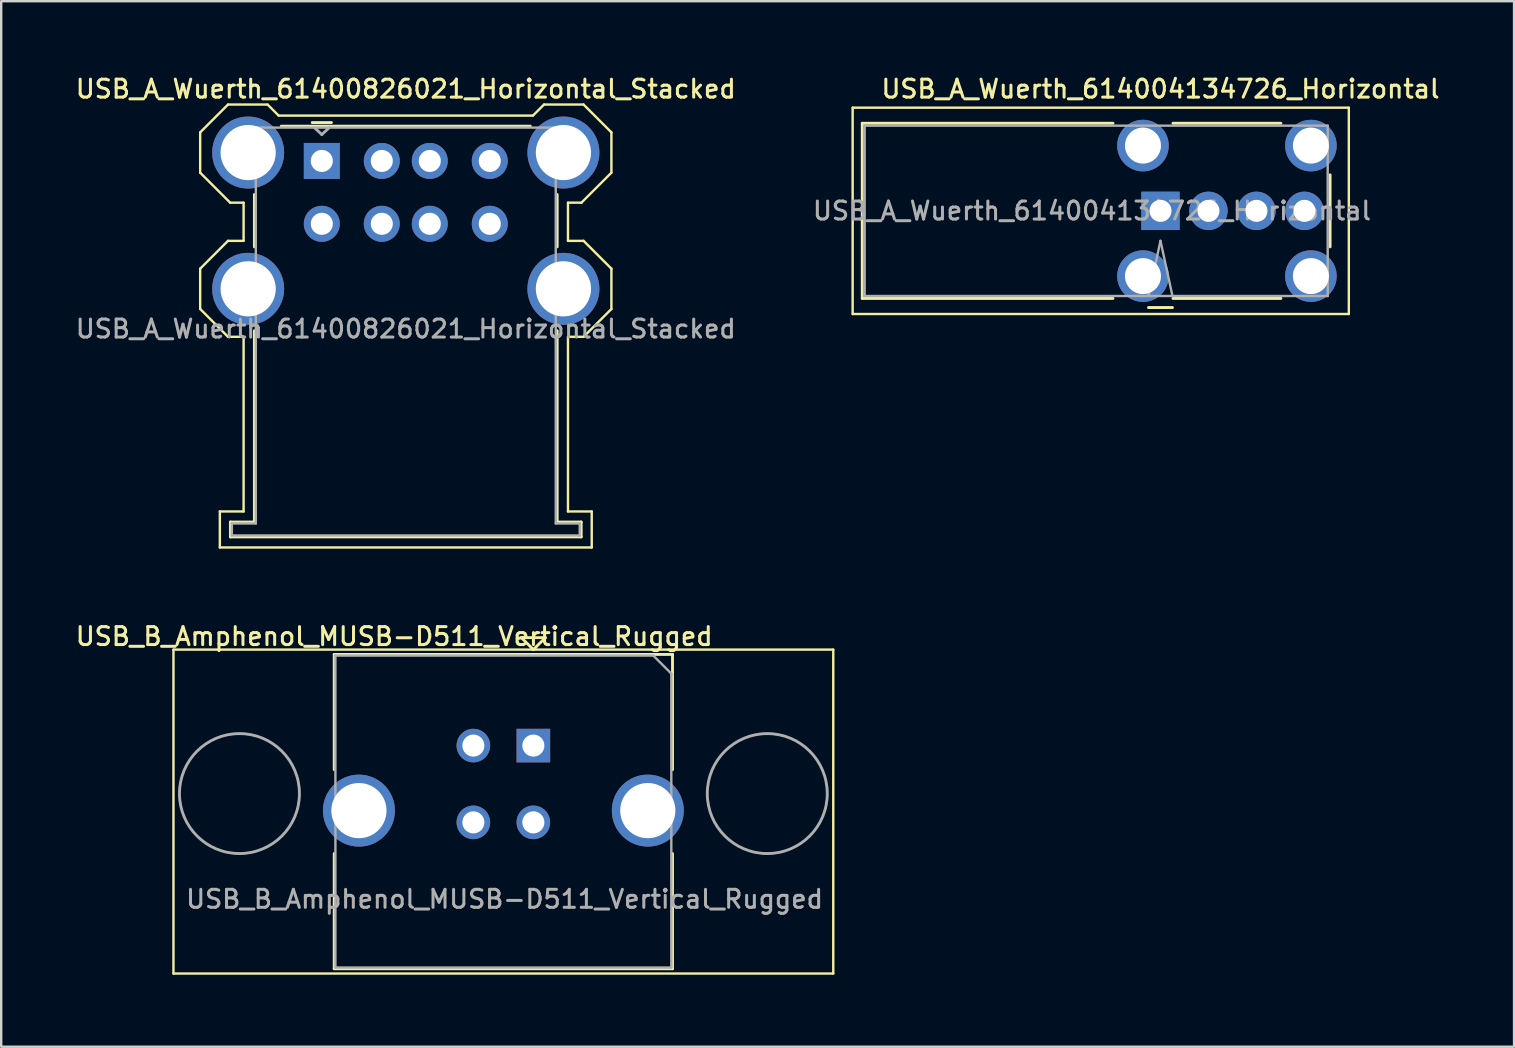
<source format=kicad_pcb>
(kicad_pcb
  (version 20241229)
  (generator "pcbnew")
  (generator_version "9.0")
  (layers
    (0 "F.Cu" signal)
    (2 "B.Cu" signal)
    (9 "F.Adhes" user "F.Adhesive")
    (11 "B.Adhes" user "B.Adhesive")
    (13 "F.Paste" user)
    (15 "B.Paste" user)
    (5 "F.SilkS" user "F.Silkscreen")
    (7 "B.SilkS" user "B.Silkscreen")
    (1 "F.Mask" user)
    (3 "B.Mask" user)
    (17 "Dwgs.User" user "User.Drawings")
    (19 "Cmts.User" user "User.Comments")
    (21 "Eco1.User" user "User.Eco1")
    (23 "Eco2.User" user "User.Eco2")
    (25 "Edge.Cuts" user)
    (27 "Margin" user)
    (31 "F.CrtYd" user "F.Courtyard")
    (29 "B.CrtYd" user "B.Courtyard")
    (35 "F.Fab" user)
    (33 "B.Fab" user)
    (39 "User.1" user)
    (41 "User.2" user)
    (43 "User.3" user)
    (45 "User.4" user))
  (footprint "USB_A_Wuerth_614004134726_Horizontal"
    (layer "F.Cu")
    (at 45.318 5.738)
    (property "Reference" "USB_A_Wuerth_614004134726_Horizontal" (at 0 -5.08 0) (layer "F.SilkS") (effects (font (size 0.75 0.75) (thickness 0.125))))
    (attr through_hole)
    (fp_line (start -12.83 -4.3) (end 7.85 -4.3) (stroke (width 0.1) (type solid)) (layer "F.SilkS"))
    (fp_line (start -12.83 4.3) (end -12.83 -4.3) (stroke (width 0.1) (type solid)) (layer "F.SilkS"))
    (fp_line (start -12.43 -3.65) (end -12.43 3.65) (stroke (width 0.12) (type solid)) (layer "F.SilkS"))
    (fp_line (start -12.43 -3.65) (end -1.98 -3.65) (stroke (width 0.12) (type solid)) (layer "F.SilkS"))
    (fp_line (start -12.43 3.65) (end -1.98 3.65) (stroke (width 0.12) (type solid)) (layer "F.SilkS"))
    (fp_line (start -0.5 4.03) (end 0.5 4.03) (stroke (width 0.12) (type solid)) (layer "F.SilkS"))
    (fp_line (start 0.52 -3.65) (end 5.02 -3.65) (stroke (width 0.12) (type solid)) (layer "F.SilkS"))
    (fp_line (start 0.52 3.65) (end 5.02 3.65) (stroke (width 0.12) (type solid)) (layer "F.SilkS"))
    (fp_line (start 7.07 -1.5) (end 7.07 1.5) (stroke (width 0.12) (type solid)) (layer "F.SilkS"))
    (fp_line (start 7.85 -4.3) (end 7.85 4.3) (stroke (width 0.1) (type solid)) (layer "F.SilkS"))
    (fp_line (start 7.85 4.3) (end -12.83 4.3) (stroke (width 0.1) (type solid)) (layer "F.SilkS"))
    (fp_line (start -12.33 -3.55) (end 6.97 -3.55) (stroke (width 0.1) (type solid)) (layer "F.Fab"))
    (fp_line (start -12.33 3.55) (end -12.33 -3.55) (stroke (width 0.1) (type solid)) (layer "F.Fab"))
    (fp_line (start -0.5 3.55) (end 0 1.25) (stroke (width 0.1) (type solid)) (layer "F.Fab"))
    (fp_line (start 0 1.25) (end 0.5 3.55) (stroke (width 0.1) (type solid)) (layer "F.Fab"))
    (fp_line (start 6.97 -3.55) (end 6.97 3.55) (stroke (width 0.1) (type solid)) (layer "F.Fab"))
    (fp_line (start 6.97 3.55) (end -12.33 3.55) (stroke (width 0.1) (type solid)) (layer "F.Fab"))
    (fp_text user "${REFERENCE}" (at -2.855 0 0) (layer "F.Fab") (effects (font (size 0.75 0.75) (thickness 0.125))))
    (pad "1" thru_hole rect (at 0 0) (size 1.6 1.6) (drill 0.92) (layers "*.Cu" "*.Mask"))
    (pad "2" thru_hole circle (at 2 0) (size 1.6 1.6) (drill 0.92) (layers "*.Cu" "*.Mask"))
    (pad "3" thru_hole circle (at 4 0) (size 1.6 1.6) (drill 0.92) (layers "*.Cu" "*.Mask"))
    (pad "4" thru_hole circle (at 6 0) (size 1.6 1.6) (drill 0.92) (layers "*.Cu" "*.Mask"))
    (pad "5" thru_hole circle (at -0.73 -2.72) (size 2.15 2.15) (drill 1.5) (layers "*.Cu" "*.Mask"))
    (pad "5" thru_hole circle (at -0.73 2.72) (size 2.15 2.15) (drill 1.5) (layers "*.Cu" "*.Mask"))
    (pad "5" thru_hole circle (at 6.27 -2.72) (size 2.15 2.15) (drill 1.5) (layers "*.Cu" "*.Mask"))
    (pad "5" thru_hole circle (at 6.27 2.72) (size 2.15 2.15) (drill 1.5) (layers "*.Cu" "*.Mask")))
  (footprint "USB_A_Wuerth_61400826021_Horizontal_Stacked"
    (layer "F.Cu")
    (at 10.363 3.658)
    (property "Reference" "USB_A_Wuerth_61400826021_Horizontal_Stacked" (at 3.5 -3 0) (layer "F.SilkS") (effects (font (size 0.75 0.75) (thickness 0.125))))
    (attr through_hole)
    (fp_line (start -5.07 -1.19) (end -5.07 0.49) (stroke (width 0.1) (type solid)) (layer "F.SilkS"))
    (fp_line (start -5.07 0.49) (end -3.82 1.74) (stroke (width 0.1) (type solid)) (layer "F.SilkS"))
    (fp_line (start -5.07 4.49) (end -5.07 6.17) (stroke (width 0.1) (type solid)) (layer "F.SilkS"))
    (fp_line (start -5.07 6.17) (end -3.91 7.33) (stroke (width 0.1) (type solid)) (layer "F.SilkS"))
    (fp_line (start -4.25 14.61) (end -4.25 16.11) (stroke (width 0.1) (type solid)) (layer "F.SilkS"))
    (fp_line (start -4.25 16.11) (end 11.25 16.11) (stroke (width 0.1) (type solid)) (layer "F.SilkS"))
    (fp_line (start -3.91 -2.35) (end -5.07 -1.19) (stroke (width 0.1) (type solid)) (layer "F.SilkS"))
    (fp_line (start -3.91 3.33) (end -5.07 4.49) (stroke (width 0.1) (type solid)) (layer "F.SilkS"))
    (fp_line (start -3.91 3.33) (end -3.26 3.33) (stroke (width 0.1) (type solid)) (layer "F.SilkS"))
    (fp_line (start -3.82 1.74) (end -3.26 1.74) (stroke (width 0.1) (type solid)) (layer "F.SilkS"))
    (fp_line (start -3.81 15.05) (end -2.81 15.05) (stroke (width 0.12) (type solid)) (layer "F.SilkS"))
    (fp_line (start -3.81 15.67) (end -3.81 15.05) (stroke (width 0.12) (type solid)) (layer "F.SilkS"))
    (fp_line (start -3.26 1.74) (end -3.26 3.33) (stroke (width 0.1) (type solid)) (layer "F.SilkS"))
    (fp_line (start -3.26 7.33) (end -3.91 7.33) (stroke (width 0.1) (type solid)) (layer "F.SilkS"))
    (fp_line (start -3.26 7.33) (end -3.26 14.61) (stroke (width 0.1) (type solid)) (layer "F.SilkS"))
    (fp_line (start -3.26 14.61) (end -4.25 14.61) (stroke (width 0.1) (type solid)) (layer "F.SilkS"))
    (fp_line (start -2.81 3.58) (end -2.81 1.4) (stroke (width 0.12) (type solid)) (layer "F.SilkS"))
    (fp_line (start -2.81 15.05) (end -2.81 7.08) (stroke (width 0.12) (type solid)) (layer "F.SilkS"))
    (fp_line (start -2.26 -2.35) (end -3.91 -2.35) (stroke (width 0.1) (type solid)) (layer "F.SilkS"))
    (fp_line (start -2.26 -2.35) (end -1.8 -1.89) (stroke (width 0.1) (type solid)) (layer "F.SilkS"))
    (fp_line (start -1.69 -1.45) (end 8.69 -1.45) (stroke (width 0.12) (type solid)) (layer "F.SilkS"))
    (fp_line (start 0.4 -1.6) (end -0.4 -1.6) (stroke (width 0.12) (type solid)) (layer "F.SilkS"))
    (fp_line (start 8.8 -1.89) (end -1.8 -1.89) (stroke (width 0.1) (type solid)) (layer "F.SilkS"))
    (fp_line (start 9.26 -2.35) (end 8.8 -1.89) (stroke (width 0.1) (type solid)) (layer "F.SilkS"))
    (fp_line (start 9.81 3.58) (end 9.81 1.4) (stroke (width 0.12) (type solid)) (layer "F.SilkS"))
    (fp_line (start 9.81 7.08) (end 9.81 15.05) (stroke (width 0.12) (type solid)) (layer "F.SilkS"))
    (fp_line (start 9.81 15.05) (end 10.81 15.05) (stroke (width 0.12) (type solid)) (layer "F.SilkS"))
    (fp_line (start 10.26 1.74) (end 10.26 3.33) (stroke (width 0.1) (type solid)) (layer "F.SilkS"))
    (fp_line (start 10.26 1.74) (end 10.82 1.74) (stroke (width 0.1) (type solid)) (layer "F.SilkS"))
    (fp_line (start 10.26 3.33) (end 10.91 3.33) (stroke (width 0.1) (type solid)) (layer "F.SilkS"))
    (fp_line (start 10.26 7.33) (end 10.26 14.61) (stroke (width 0.1) (type solid)) (layer "F.SilkS"))
    (fp_line (start 10.26 7.33) (end 10.91 7.33) (stroke (width 0.1) (type solid)) (layer "F.SilkS"))
    (fp_line (start 10.26 14.61) (end 11.25 14.61) (stroke (width 0.1) (type solid)) (layer "F.SilkS"))
    (fp_line (start 10.81 15.05) (end 10.81 15.67) (stroke (width 0.12) (type solid)) (layer "F.SilkS"))
    (fp_line (start 10.81 15.67) (end -3.81 15.67) (stroke (width 0.12) (type solid)) (layer "F.SilkS"))
    (fp_line (start 10.91 -2.35) (end 9.26 -2.35) (stroke (width 0.1) (type solid)) (layer "F.SilkS"))
    (fp_line (start 10.91 -2.35) (end 12.07 -1.19) (stroke (width 0.1) (type solid)) (layer "F.SilkS"))
    (fp_line (start 10.91 3.33) (end 12.07 4.49) (stroke (width 0.1) (type solid)) (layer "F.SilkS"))
    (fp_line (start 11.25 14.61) (end 11.25 16.11) (stroke (width 0.1) (type solid)) (layer "F.SilkS"))
    (fp_line (start 12.07 -1.19) (end 12.07 0.49) (stroke (width 0.1) (type solid)) (layer "F.SilkS"))
    (fp_line (start 12.07 0.49) (end 10.82 1.74) (stroke (width 0.1) (type solid)) (layer "F.SilkS"))
    (fp_line (start 12.07 4.49) (end 12.07 6.17) (stroke (width 0.1) (type solid)) (layer "F.SilkS"))
    (fp_line (start 12.07 6.17) (end 10.91 7.33) (stroke (width 0.1) (type solid)) (layer "F.SilkS"))
    (fp_line (start -3.75 15.11) (end -3.75 15.61) (stroke (width 0.1) (type solid)) (layer "F.Fab"))
    (fp_line (start -2.75 -1.39) (end -2.75 15.11) (stroke (width 0.1) (type solid)) (layer "F.Fab"))
    (fp_line (start -2.75 15.11) (end -3.75 15.11) (stroke (width 0.1) (type solid)) (layer "F.Fab"))
    (fp_line (start 0 -1.1) (end -0.3 -1.38) (stroke (width 0.12) (type solid)) (layer "F.Fab"))
    (fp_line (start 0 -1.1) (end 0.3 -1.38) (stroke (width 0.12) (type solid)) (layer "F.Fab"))
    (fp_line (start 9.75 -1.39) (end -2.75 -1.39) (stroke (width 0.1) (type solid)) (layer "F.Fab"))
    (fp_line (start 9.75 -1.39) (end 9.75 15.11) (stroke (width 0.1) (type solid)) (layer "F.Fab"))
    (fp_line (start 9.75 15.11) (end 10.75 15.11) (stroke (width 0.1) (type solid)) (layer "F.Fab"))
    (fp_line (start 10.75 15.11) (end 10.75 15.61) (stroke (width 0.1) (type solid)) (layer "F.Fab"))
    (fp_line (start 10.75 15.61) (end -3.75 15.61) (stroke (width 0.1) (type solid)) (layer "F.Fab"))
    (fp_text user "${REFERENCE}" (at 3.5 7 0) (layer "F.Fab") (effects (font (size 0.75 0.75) (thickness 0.125))))
    (pad "1" thru_hole rect (at 0 0) (size 1.5 1.5) (drill 0.92) (layers "*.Cu" "*.Mask"))
    (pad "2" thru_hole circle (at 2.5 0) (size 1.5 1.5) (drill 0.92) (layers "*.Cu" "*.Mask"))
    (pad "3" thru_hole circle (at 4.5 0) (size 1.5 1.5) (drill 0.92) (layers "*.Cu" "*.Mask"))
    (pad "4" thru_hole circle (at 7 0) (size 1.5 1.5) (drill 0.92) (layers "*.Cu" "*.Mask"))
    (pad "5" thru_hole circle (at 0 2.62) (size 1.5 1.5) (drill 0.92) (layers "*.Cu" "*.Mask"))
    (pad "6" thru_hole circle (at 2.5 2.62) (size 1.5 1.5) (drill 0.92) (layers "*.Cu" "*.Mask"))
    (pad "7" thru_hole circle (at 4.5 2.62) (size 1.5 1.5) (drill 0.92) (layers "*.Cu" "*.Mask"))
    (pad "8" thru_hole circle (at 7 2.62) (size 1.5 1.5) (drill 0.92) (layers "*.Cu" "*.Mask"))
    (pad "9" thru_hole circle (at -3.07 -0.35) (size 3 3) (drill 2.3) (layers "*.Cu" "*.Mask"))
    (pad "9" thru_hole circle (at -3.07 5.33) (size 3 3) (drill 2.3) (layers "*.Cu" "*.Mask"))
    (pad "9" thru_hole circle (at 10.07 -0.35) (size 3 3) (drill 2.3) (layers "*.Cu" "*.Mask"))
    (pad "9" thru_hole circle (at 10.07 5.33) (size 3 3) (drill 2.3) (layers "*.Cu" "*.Mask")))
  (footprint "USB_B_Amphenol_MUSB-D511_Vertical_Rugged"
    (layer "F.Cu")
    (at 19.18 28.026)
    (property "Reference" "USB_B_Amphenol_MUSB-D511_Vertical_Rugged" (at -5.8 -4.55 0) (layer "F.SilkS") (effects (font (size 0.75 0.75) (thickness 0.125))))
    (attr through_hole)
    (fp_line (start -15 -4) (end -15 9.5) (stroke (width 0.1) (type solid)) (layer "F.SilkS"))
    (fp_line (start -15 -4) (end 12.5 -4) (stroke (width 0.1) (type solid)) (layer "F.SilkS"))
    (fp_line (start -8.3 -3.8) (end 5.8 -3.8) (stroke (width 0.12) (type solid)) (layer "F.SilkS"))
    (fp_line (start -8.3 1) (end -8.3 -3.8) (stroke (width 0.12) (type solid)) (layer "F.SilkS"))
    (fp_line (start -8.3 9.3) (end -8.3 4.5) (stroke (width 0.12) (type solid)) (layer "F.SilkS"))
    (fp_line (start -0.5 -4.5) (end 0 -4) (stroke (width 0.12) (type solid)) (layer "F.SilkS"))
    (fp_line (start 0 -4) (end 0.5 -4.5) (stroke (width 0.12) (type solid)) (layer "F.SilkS"))
    (fp_line (start 0.5 -4.5) (end -0.5 -4.5) (stroke (width 0.12) (type solid)) (layer "F.SilkS"))
    (fp_line (start 5.8 -3.8) (end 5.8 1) (stroke (width 0.12) (type solid)) (layer "F.SilkS"))
    (fp_line (start 5.8 4.5) (end 5.8 9.3) (stroke (width 0.12) (type solid)) (layer "F.SilkS"))
    (fp_line (start 5.8 9.3) (end -8.3 9.3) (stroke (width 0.12) (type solid)) (layer "F.SilkS"))
    (fp_line (start 12.5 9.5) (end -15 9.5) (stroke (width 0.1) (type solid)) (layer "F.SilkS"))
    (fp_line (start 12.5 9.5) (end 12.5 -4) (stroke (width 0.1) (type solid)) (layer "F.SilkS"))
    (fp_line (start -8.25 -3.75) (end 5 -3.75) (stroke (width 0.1) (type solid)) (layer "F.Fab"))
    (fp_line (start -8.25 9.25) (end -8.25 -3.75) (stroke (width 0.1) (type solid)) (layer "F.Fab"))
    (fp_line (start 5 -3.75) (end 5.75 -3) (stroke (width 0.1) (type solid)) (layer "F.Fab"))
    (fp_line (start 5.75 -3) (end 5.75 9.25) (stroke (width 0.1) (type solid)) (layer "F.Fab"))
    (fp_line (start 5.75 9.25) (end -8.25 9.25) (stroke (width 0.1) (type solid)) (layer "F.Fab"))
    (fp_circle (center -12.25 2) (end -12.25 4.5) (stroke (width 0.12) (type solid)) (fill no) (layer "F.Fab"))
    (fp_circle (center 9.75 2) (end 9.75 4.5) (stroke (width 0.12) (type solid)) (fill no) (layer "F.Fab"))
    (fp_text user "${REFERENCE}" (at -1.2 6.4 0) (layer "F.Fab") (effects (font (size 0.75 0.75) (thickness 0.125))))
    (pad "1" thru_hole rect (at 0 0) (size 1.4 1.4) (drill 0.92) (layers "*.Cu" "*.Mask"))
    (pad "2" thru_hole circle (at -2.5 0) (size 1.4 1.4) (drill 0.92) (layers "*.Cu" "*.Mask"))
    (pad "3" thru_hole circle (at -2.5 3.2) (size 1.4 1.4) (drill 0.92) (layers "*.Cu" "*.Mask"))
    (pad "4" thru_hole circle (at 0 3.2) (size 1.4 1.4) (drill 0.92) (layers "*.Cu" "*.Mask"))
    (pad "5" thru_hole circle (at -7.27 2.71) (size 3 3) (drill 2.3) (layers "*.Cu" "*.Mask"))
    (pad "5" thru_hole circle (at 4.77 2.71) (size 3 3) (drill 2.3) (layers "*.Cu" "*.Mask")))
  (gr_rect
    (start -3 -3)
    (end 60.055 40.576)
    (stroke (width 0.1) (type default))
    (fill no)
    (layer "Edge.Cuts")))
</source>
